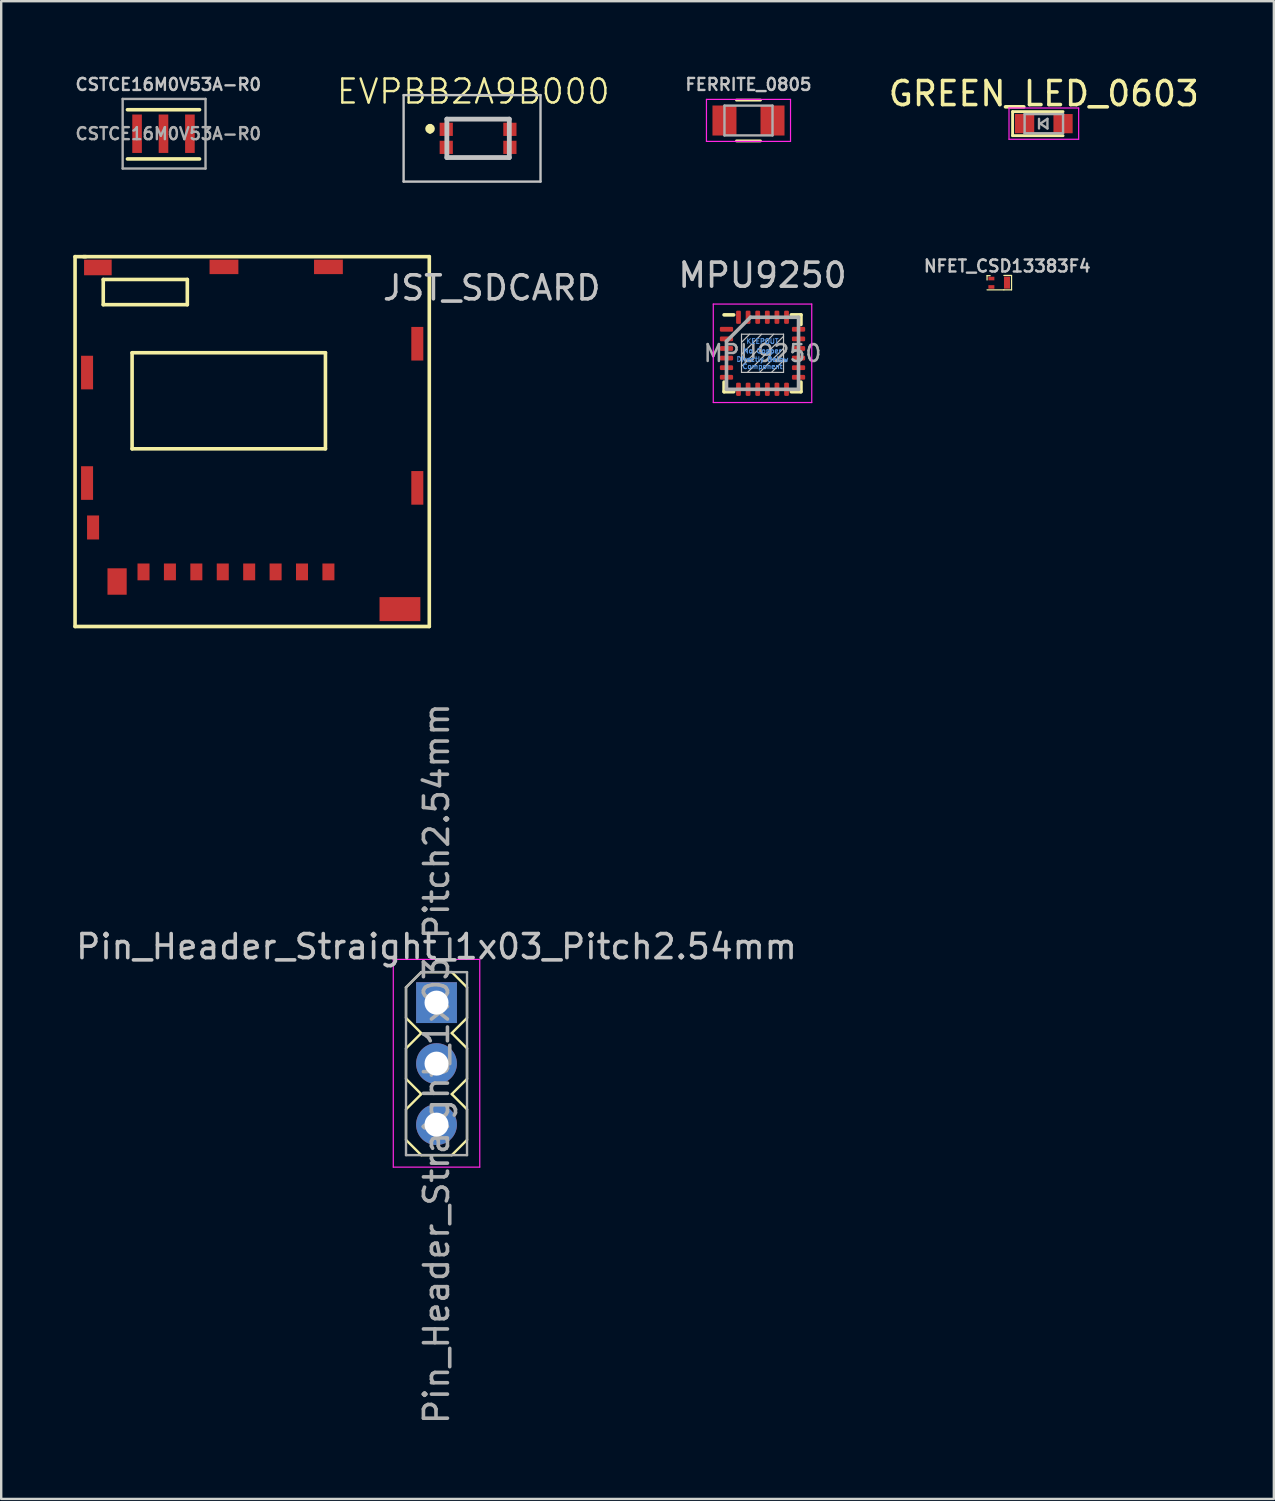
<source format=kicad_pcb>
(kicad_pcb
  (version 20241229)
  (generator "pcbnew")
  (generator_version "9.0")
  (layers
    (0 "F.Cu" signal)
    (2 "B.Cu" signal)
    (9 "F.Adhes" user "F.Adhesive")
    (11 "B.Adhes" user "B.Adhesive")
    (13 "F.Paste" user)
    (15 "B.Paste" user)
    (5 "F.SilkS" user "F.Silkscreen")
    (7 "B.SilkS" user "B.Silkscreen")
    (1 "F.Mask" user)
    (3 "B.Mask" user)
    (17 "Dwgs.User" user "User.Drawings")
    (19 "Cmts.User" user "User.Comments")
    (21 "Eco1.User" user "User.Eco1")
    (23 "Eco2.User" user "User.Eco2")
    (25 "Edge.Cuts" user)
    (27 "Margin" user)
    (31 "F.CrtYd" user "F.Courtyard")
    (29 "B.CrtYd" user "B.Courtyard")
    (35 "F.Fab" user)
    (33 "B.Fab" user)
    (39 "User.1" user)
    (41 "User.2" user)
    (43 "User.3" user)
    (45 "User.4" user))
  (footprint "JST_SDCARD"
    (layer "F.Cu")
    (at 6.975 14.672)
    (property "Reference" "JST_SDCARD" (at 10.449 -5.736 0) (layer "Dwgs.User") (effects (font (size 1 1) (thickness 0.15))))
    (attr through_hole)
    (fp_line (start -6.9 -7.036) (end -6.45 -7.036) (stroke (width 0.15) (type solid)) (layer "F.SilkS"))
    (fp_line (start -6.9 8.363) (end -6.9 -7.036) (stroke (width 0.15) (type solid)) (layer "F.SilkS"))
    (fp_line (start -6.55 -7.036) (end 7.849 -7.036) (stroke (width 0.15) (type solid)) (layer "F.SilkS"))
    (fp_line (start -5.726 -6.086) (end -2.226 -6.086) (stroke (width 0.15) (type solid)) (layer "F.SilkS"))
    (fp_line (start -5.726 -5.036) (end -5.726 -6.086) (stroke (width 0.15) (type solid)) (layer "F.SilkS"))
    (fp_line (start -4.525 -3.035) (end 3.525 -3.035) (stroke (width 0.15) (type solid)) (layer "F.SilkS"))
    (fp_line (start -4.525 0.965) (end -4.525 -3.035) (stroke (width 0.15) (type solid)) (layer "F.SilkS"))
    (fp_line (start -2.226 -6.086) (end -2.226 -5.036) (stroke (width 0.15) (type solid)) (layer "F.SilkS"))
    (fp_line (start -2.226 -5.036) (end -5.726 -5.036) (stroke (width 0.15) (type solid)) (layer "F.SilkS"))
    (fp_line (start 3.525 -3.035) (end 3.525 0.965) (stroke (width 0.15) (type solid)) (layer "F.SilkS"))
    (fp_line (start 3.525 0.965) (end -4.525 0.965) (stroke (width 0.15) (type solid)) (layer "F.SilkS"))
    (fp_line (start 7.849 -7.036) (end 7.849 8.363) (stroke (width 0.15) (type solid)) (layer "F.SilkS"))
    (fp_line (start 7.849 8.363) (end -6.9 8.363) (stroke (width 0.15) (type solid)) (layer "F.SilkS"))
    (pad "1" smd rect (at 3.649 6.09) (size 0.5 0.7) (layers "F.Cu" "F.Mask" "F.Paste"))
    (pad "2" smd rect (at 2.549 6.09) (size 0.5 0.7) (layers "F.Cu" "F.Mask" "F.Paste"))
    (pad "3" smd rect (at 1.45 6.09) (size 0.5 0.7) (layers "F.Cu" "F.Mask" "F.Paste"))
    (pad "4" smd rect (at 0.35 6.09) (size 0.5 0.7) (layers "F.Cu" "F.Mask" "F.Paste"))
    (pad "5" smd rect (at -0.75 6.09) (size 0.5 0.7) (layers "F.Cu" "F.Mask" "F.Paste"))
    (pad "6" smd rect (at -1.85 6.09) (size 0.5 0.7) (layers "F.Cu" "F.Mask" "F.Paste"))
    (pad "7" smd rect (at -2.95 6.09) (size 0.5 0.7) (layers "F.Cu" "F.Mask" "F.Paste"))
    (pad "8" smd rect (at -4.05 6.09) (size 0.5 0.7) (layers "F.Cu" "F.Mask" "F.Paste"))
    (pad "9" smd rect (at -5.15 6.49) (size 0.8 1.1) (layers "F.Cu" "F.Mask" "F.Paste"))
    (pad "10" smd rect (at -6.15 4.24) (size 0.5 1) (layers "F.Cu" "F.Mask" "F.Paste"))
    (pad "11" smd rect (at -6.4 2.39) (size 0.5 1.4) (layers "F.Cu" "F.Mask" "F.Paste"))
    (pad "12" smd rect (at -6.4 -2.21) (size 0.5 1.4) (layers "F.Cu" "F.Mask" "F.Paste"))
    (pad "13" smd rect (at -5.95 -6.586) (size 1.15 0.65) (layers "F.Cu" "F.Mask" "F.Paste"))
    (pad "14" smd rect (at -0.7 -6.609) (size 1.2 0.6) (layers "F.Cu" "F.Mask" "F.Paste"))
    (pad "15" smd rect (at 3.65 -6.609) (size 1.2 0.6) (layers "F.Cu" "F.Mask" "F.Paste"))
    (pad "16" smd rect (at 7.35 -3.41) (size 0.5 1.4) (layers "F.Cu" "F.Mask" "F.Paste"))
    (pad "17" smd rect (at 7.35 2.591) (size 0.5 1.4) (layers "F.Cu" "F.Mask" "F.Paste"))
    (pad "18" smd rect (at 6.627 7.639) (size 1.7 1) (layers "F.Cu" "F.Mask" "F.Paste")))
  (footprint "MPU9250"
    (layer "F.Cu")
    (at 28.698 11.659)
    (property "Reference" "MPU9250" (at 0 -3.25 0) (layer "Dwgs.User") (effects (font (size 1 1) (thickness 0.15))))
    (attr smd)
    (fp_line (start -1.6 -1.6) (end -1.2 -1.6) (stroke (width 0.15) (type solid)) (layer "F.SilkS"))
    (fp_line (start -1.6 1.6) (end -1.6 1.2) (stroke (width 0.15) (type solid)) (layer "F.SilkS"))
    (fp_line (start -1.6 1.6) (end -1.2 1.6) (stroke (width 0.15) (type solid)) (layer "F.SilkS"))
    (fp_line (start 1.6 -1.6) (end 1.2 -1.6) (stroke (width 0.15) (type solid)) (layer "F.SilkS"))
    (fp_line (start 1.6 -1.6) (end 1.6 -1.2) (stroke (width 0.15) (type solid)) (layer "F.SilkS"))
    (fp_line (start 1.6 1.6) (end 1.2 1.6) (stroke (width 0.15) (type solid)) (layer "F.SilkS"))
    (fp_line (start 1.6 1.6) (end 1.6 1.2) (stroke (width 0.15) (type solid)) (layer "F.SilkS"))
    (fp_line (start -0.875 -0.795) (end -0.875 0.795) (stroke (width 0.05) (type solid)) (layer "Dwgs.User"))
    (fp_line (start -0.875 -0.795) (end 0.875 -0.795) (stroke (width 0.05) (type solid)) (layer "Dwgs.User"))
    (fp_line (start -0.875 0.795) (end 0.875 0.795) (stroke (width 0.05) (type solid)) (layer "Dwgs.User"))
    (fp_line (start -0.535 -0.795) (end -0.875 -0.455) (stroke (width 0.05) (type solid)) (layer "Dwgs.User"))
    (fp_line (start -0.035 -0.795) (end -0.875 0.045) (stroke (width 0.05) (type solid)) (layer "Dwgs.User"))
    (fp_line (start 0.465 -0.795) (end -0.875 0.545) (stroke (width 0.05) (type solid)) (layer "Dwgs.User"))
    (fp_line (start 0.875 -0.795) (end 0.875 0.795) (stroke (width 0.05) (type solid)) (layer "Dwgs.User"))
    (fp_line (start 0.875 -0.705) (end -0.625 0.795) (stroke (width 0.05) (type solid)) (layer "Dwgs.User"))
    (fp_line (start 0.875 -0.205) (end -0.125 0.795) (stroke (width 0.05) (type solid)) (layer "Dwgs.User"))
    (fp_line (start 0.875 0.295) (end 0.375 0.795) (stroke (width 0.05) (type solid)) (layer "Dwgs.User"))
    (fp_line (start -2.05 -2.05) (end 2.05 -2.05) (stroke (width 0.05) (type solid)) (layer "F.CrtYd"))
    (fp_line (start -2.05 2.05) (end -2.05 -2.05) (stroke (width 0.05) (type solid)) (layer "F.CrtYd"))
    (fp_line (start 2.05 -2.05) (end 2.05 2.05) (stroke (width 0.05) (type solid)) (layer "F.CrtYd"))
    (fp_line (start 2.05 2.05) (end -2.05 2.05) (stroke (width 0.05) (type solid)) (layer "F.CrtYd"))
    (fp_line (start -1.5 -0.5) (end -0.5 -1.5) (stroke (width 0.15) (type solid)) (layer "F.Fab"))
    (fp_line (start -1.5 1.5) (end -1.5 -0.5) (stroke (width 0.15) (type solid)) (layer "F.Fab"))
    (fp_line (start -0.5 -1.5) (end 1.5 -1.5) (stroke (width 0.15) (type solid)) (layer "F.Fab"))
    (fp_line (start 1.5 -1.5) (end 1.5 1.5) (stroke (width 0.15) (type solid)) (layer "F.Fab"))
    (fp_line (start 1.5 1.5) (end -1.5 1.5) (stroke (width 0.15) (type solid)) (layer "F.Fab"))
    (fp_text user "Directly Below" (at 0 0.25 0) (layer "Cmts.User") (effects (font (size 0.2 0.2) (thickness 0.04))))
    (fp_text user "KEEPOUT" (at 0 -0.5 0) (layer "Cmts.User") (effects (font (size 0.2 0.2) (thickness 0.04))))
    (fp_text user "Component" (at 0 0.55 0) (layer "Cmts.User") (effects (font (size 0.2 0.2) (thickness 0.04))))
    (fp_text user "No Copper" (at 0 -0.1 0) (layer "Cmts.User") (effects (font (size 0.2 0.2) (thickness 0.04))))
    (fp_text user "${REFERENCE}" (at 0 0 0) (layer "F.Fab") (effects (font (size 0.7 0.7) (thickness 0.105))))
    (pad "1" smd roundrect (at -1.5 -1) (size 0.55 0.2) (layers "F.Cu" "F.Mask" "F.Paste") (roundrect_rratio 0.25))
    (pad "2" smd roundrect (at -1.5 -0.6) (size 0.55 0.2) (layers "F.Cu" "F.Mask" "F.Paste") (roundrect_rratio 0.25))
    (pad "3" smd roundrect (at -1.5 -0.2) (size 0.55 0.2) (layers "F.Cu" "F.Mask" "F.Paste") (roundrect_rratio 0.25))
    (pad "4" smd roundrect (at -1.5 0.2) (size 0.55 0.2) (layers "F.Cu" "F.Mask" "F.Paste") (roundrect_rratio 0.25))
    (pad "5" smd roundrect (at -1.5 0.6) (size 0.55 0.2) (layers "F.Cu" "F.Mask" "F.Paste") (roundrect_rratio 0.25))
    (pad "6" smd roundrect (at -1.5 1) (size 0.55 0.2) (layers "F.Cu" "F.Mask" "F.Paste") (roundrect_rratio 0.25))
    (pad "7" smd roundrect (at -1 1.5 90) (size 0.55 0.2) (layers "F.Cu" "F.Mask" "F.Paste") (roundrect_rratio 0.25))
    (pad "8" smd roundrect (at -0.6 1.5 90) (size 0.55 0.2) (layers "F.Cu" "F.Mask" "F.Paste") (roundrect_rratio 0.25))
    (pad "9" smd roundrect (at -0.2 1.5 90) (size 0.55 0.2) (layers "F.Cu" "F.Mask" "F.Paste") (roundrect_rratio 0.25))
    (pad "10" smd roundrect (at 0.2 1.5 90) (size 0.55 0.2) (layers "F.Cu" "F.Mask" "F.Paste") (roundrect_rratio 0.25))
    (pad "11" smd roundrect (at 0.6 1.5 90) (size 0.55 0.2) (layers "F.Cu" "F.Mask" "F.Paste") (roundrect_rratio 0.25))
    (pad "12" smd roundrect (at 1 1.5 90) (size 0.55 0.2) (layers "F.Cu" "F.Mask" "F.Paste") (roundrect_rratio 0.25))
    (pad "13" smd roundrect (at 1.5 1) (size 0.55 0.2) (layers "F.Cu" "F.Mask" "F.Paste") (roundrect_rratio 0.25))
    (pad "14" smd roundrect (at 1.5 0.6) (size 0.55 0.2) (layers "F.Cu" "F.Mask" "F.Paste") (roundrect_rratio 0.25))
    (pad "15" smd roundrect (at 1.5 0.2) (size 0.55 0.2) (layers "F.Cu" "F.Mask" "F.Paste") (roundrect_rratio 0.25))
    (pad "16" smd roundrect (at 1.5 -0.2) (size 0.55 0.2) (layers "F.Cu" "F.Mask" "F.Paste") (roundrect_rratio 0.25))
    (pad "17" smd roundrect (at 1.5 -0.6) (size 0.55 0.2) (layers "F.Cu" "F.Mask" "F.Paste") (roundrect_rratio 0.25))
    (pad "18" smd roundrect (at 1.5 -1) (size 0.55 0.2) (layers "F.Cu" "F.Mask" "F.Paste") (roundrect_rratio 0.25))
    (pad "19" smd roundrect (at 1 -1.5 90) (size 0.55 0.2) (layers "F.Cu" "F.Mask" "F.Paste") (roundrect_rratio 0.25))
    (pad "20" smd roundrect (at 0.6 -1.5 90) (size 0.55 0.2) (layers "F.Cu" "F.Mask" "F.Paste") (roundrect_rratio 0.25))
    (pad "21" smd roundrect (at 0.2 -1.5 90) (size 0.55 0.2) (layers "F.Cu" "F.Mask" "F.Paste") (roundrect_rratio 0.25))
    (pad "22" smd roundrect (at -0.2 -1.5 90) (size 0.55 0.2) (layers "F.Cu" "F.Mask" "F.Paste") (roundrect_rratio 0.25))
    (pad "23" smd roundrect (at -0.6 -1.5 90) (size 0.55 0.2) (layers "F.Cu" "F.Mask" "F.Paste") (roundrect_rratio 0.25))
    (pad "24" smd roundrect (at -1 -1.5 90) (size 0.55 0.2) (layers "F.Cu" "F.Mask" "F.Paste") (roundrect_rratio 0.25)))
  (footprint "CSTCE16M0V53A-R0"
    (layer "F.Cu")
    (at 5.507 2.518)
    (property "Reference" "CSTCE16M0V53A-R0" (at -1.55 -2.05 0) (layer "Dwgs.User") (effects (font (size 0.5 0.5) (thickness 0.1))))
    (attr smd)
    (fp_line (start -3.25 -1) (end -0.25 -1) (stroke (width 0.15) (type solid)) (layer "F.SilkS"))
    (fp_line (start -3.25 1.05) (end -0.25 1.05) (stroke (width 0.15) (type solid)) (layer "F.SilkS"))
    (fp_line (start -3.45 -1.45) (end -3.45 1.45) (stroke (width 0.1) (type solid)) (layer "F.Fab"))
    (fp_line (start -3.45 1.45) (end 0 1.45) (stroke (width 0.1) (type solid)) (layer "F.Fab"))
    (fp_line (start 0 -1.45) (end -3.45 -1.45) (stroke (width 0.1) (type solid)) (layer "F.Fab"))
    (fp_line (start 0 1.45) (end 0 -1.45) (stroke (width 0.1) (type solid)) (layer "F.Fab"))
    (fp_text user "${REFERENCE}" (at -1.55 0 0) (layer "F.Fab") (effects (font (size 0.5 0.5) (thickness 0.1))))
    (pad "1" smd rect (at -2.85 0) (size 0.4 1.6) (layers "F.Cu" "F.Mask" "F.Paste"))
    (pad "2" smd rect (at -1.75 0) (size 0.4 1.6) (layers "F.Cu" "F.Mask" "F.Paste"))
    (pad "3" smd rect (at -0.65 0) (size 0.4 1.6) (layers "F.Cu" "F.Mask" "F.Paste")))
  (footprint "GREEN_LED_0603"
    (layer "F.Cu")
    (at 40.411 2.098)
    (property "Reference" "GREEN_LED_0603" (at 0 -1.25 0) (layer "F.SilkS") (effects (font (size 1 1) (thickness 0.15))))
    (attr smd)
    (fp_line (start -1.3 -0.5) (end -1.3 0.5) (stroke (width 0.12) (type solid)) (layer "F.SilkS"))
    (fp_line (start -1.3 -0.5) (end 0.8 -0.5) (stroke (width 0.12) (type solid)) (layer "F.SilkS"))
    (fp_line (start -1.3 0.5) (end 0.8 0.5) (stroke (width 0.12) (type solid)) (layer "F.SilkS"))
    (fp_line (start -1.45 -0.65) (end 1.45 -0.65) (stroke (width 0.05) (type solid)) (layer "F.CrtYd"))
    (fp_line (start -1.45 0.65) (end -1.45 -0.65) (stroke (width 0.05) (type solid)) (layer "F.CrtYd"))
    (fp_line (start 1.45 -0.65) (end 1.45 0.65) (stroke (width 0.05) (type solid)) (layer "F.CrtYd"))
    (fp_line (start 1.45 0.65) (end -1.45 0.65) (stroke (width 0.05) (type solid)) (layer "F.CrtYd"))
    (fp_line (start -0.8 -0.4) (end 0.8 -0.4) (stroke (width 0.1) (type solid)) (layer "F.Fab"))
    (fp_line (start -0.8 0.4) (end -0.8 -0.4) (stroke (width 0.1) (type solid)) (layer "F.Fab"))
    (fp_line (start -0.2 -0.2) (end -0.2 0.2) (stroke (width 0.1) (type solid)) (layer "F.Fab"))
    (fp_line (start -0.15 0) (end 0.15 -0.2) (stroke (width 0.1) (type solid)) (layer "F.Fab"))
    (fp_line (start 0.15 -0.2) (end 0.15 0.2) (stroke (width 0.1) (type solid)) (layer "F.Fab"))
    (fp_line (start 0.15 0.2) (end -0.15 0) (stroke (width 0.1) (type solid)) (layer "F.Fab"))
    (fp_line (start 0.8 -0.4) (end 0.8 0.4) (stroke (width 0.1) (type solid)) (layer "F.Fab"))
    (fp_line (start 0.8 0.4) (end -0.8 0.4) (stroke (width 0.1) (type solid)) (layer "F.Fab"))
    (pad "1" smd rect (at -0.8 0 180) (size 0.8 0.8) (layers "F.Cu" "F.Mask" "F.Paste"))
    (pad "2" smd rect (at 0.8 0 180) (size 0.8 0.8) (layers "F.Cu" "F.Mask" "F.Paste")))
  (footprint "FERRITE_0805"
    (layer "F.Cu")
    (at 28.114 1.968)
    (property "Reference" "FERRITE_0805" (at 0 -1.5 0) (layer "Dwgs.User") (effects (font (size 0.5 0.5) (thickness 0.1))))
    (attr smd)
    (fp_line (start -0.5 0.85) (end 0.5 0.85) (stroke (width 0.12) (type solid)) (layer "F.SilkS"))
    (fp_line (start 0.5 -0.85) (end -0.5 -0.85) (stroke (width 0.12) (type solid)) (layer "F.SilkS"))
    (fp_line (start -1.75 -0.88) (end -1.75 0.87) (stroke (width 0.05) (type solid)) (layer "F.CrtYd"))
    (fp_line (start -1.75 -0.88) (end 1.75 -0.88) (stroke (width 0.05) (type solid)) (layer "F.CrtYd"))
    (fp_line (start 1.75 0.87) (end -1.75 0.87) (stroke (width 0.05) (type solid)) (layer "F.CrtYd"))
    (fp_line (start 1.75 0.87) (end 1.75 -0.88) (stroke (width 0.05) (type solid)) (layer "F.CrtYd"))
    (fp_line (start -1 -0.62) (end 1 -0.62) (stroke (width 0.1) (type solid)) (layer "F.Fab"))
    (fp_line (start -1 0.62) (end -1 -0.62) (stroke (width 0.1) (type solid)) (layer "F.Fab"))
    (fp_line (start 1 -0.62) (end 1 0.62) (stroke (width 0.1) (type solid)) (layer "F.Fab"))
    (fp_line (start 1 0.62) (end -1 0.62) (stroke (width 0.1) (type solid)) (layer "F.Fab"))
    (pad "1" smd rect (at -1 0) (size 1 1.25) (layers "F.Cu" "F.Mask" "F.Paste"))
    (pad "2" smd rect (at 1 0) (size 1 1.25) (layers "F.Cu" "F.Mask" "F.Paste")))
  (footprint "NFET_CSD13383F4"
    (layer "F.Cu")
    (at 38.327 8.748)
    (property "Reference" "NFET_CSD13383F4" (at 0.56 -0.72 0) (layer "Dwgs.User") (effects (font (size 0.5 0.5) (thickness 0.1))))
    (attr through_hole)
    (fp_line (start -0.28 -0.32) (end -0.28 -0.14) (stroke (width 0.05) (type solid)) (layer "F.SilkS"))
    (fp_line (start -0.28 0.27) (end 0.42 0.27) (stroke (width 0.05) (type solid)) (layer "F.SilkS"))
    (fp_line (start -0.15 -0.32) (end -0.28 -0.32) (stroke (width 0.05) (type solid)) (layer "F.SilkS"))
    (fp_line (start 0.42 -0.33) (end 0.74 -0.33) (stroke (width 0.05) (type solid)) (layer "F.SilkS"))
    (fp_line (start 0.74 -0.32) (end 0.74 0.27) (stroke (width 0.05) (type solid)) (layer "F.SilkS"))
    (fp_line (start 0.74 0.27) (end 0.42 0.27) (stroke (width 0.05) (type solid)) (layer "F.SilkS"))
    (pad "1" smd rect (at -0.1 -0.2) (size 0.25 0.15) (layers "F.Cu" "F.Mask" "F.Paste"))
    (pad "2" smd rect (at -0.1 0.15 180) (size 0.25 0.15) (layers "F.Cu" "F.Mask" "F.Paste"))
    (pad "3" smd rect (at 0.55 -0.03) (size 0.25 0.5) (layers "F.Cu" "F.Mask" "F.Paste")))
  (footprint "Pin_Header_Straight_1x03_Pitch2.54mm"
    (layer "F.Cu")
    (at 15.125 38.695)
    (property "Reference" "Pin_Header_Straight_1x03_Pitch2.54mm" (at 0 -2.33 0) (layer "Dwgs.User") (effects (font (size 1 1) (thickness 0.15))))
    (attr through_hole)
    (fp_line (start -1.27 -0.635) (end -1.27 0.635) (stroke (width 0.1) (type solid)) (layer "F.SilkS"))
    (fp_line (start -1.27 0.635) (end -0.635 1.27) (stroke (width 0.1) (type solid)) (layer "F.SilkS"))
    (fp_line (start -1.27 1.905) (end -0.635 1.27) (stroke (width 0.1) (type solid)) (layer "F.SilkS"))
    (fp_line (start -1.27 3.175) (end -1.27 1.905) (stroke (width 0.1) (type solid)) (layer "F.SilkS"))
    (fp_line (start -1.27 4.445) (end -0.635 3.81) (stroke (width 0.1) (type solid)) (layer "F.SilkS"))
    (fp_line (start -1.27 5.715) (end -1.27 4.445) (stroke (width 0.1) (type solid)) (layer "F.SilkS"))
    (fp_line (start -0.635 -1.27) (end -1.27 -0.635) (stroke (width 0.1) (type solid)) (layer "F.SilkS"))
    (fp_line (start -0.635 3.81) (end -1.27 3.175) (stroke (width 0.1) (type solid)) (layer "F.SilkS"))
    (fp_line (start -0.635 6.35) (end -1.27 5.715) (stroke (width 0.1) (type solid)) (layer "F.SilkS"))
    (fp_line (start 0.635 -1.27) (end -0.635 -1.27) (stroke (width 0.1) (type solid)) (layer "F.SilkS"))
    (fp_line (start 0.635 1.27) (end 1.27 0.635) (stroke (width 0.1) (type solid)) (layer "F.SilkS"))
    (fp_line (start 0.635 1.27) (end 1.27 1.905) (stroke (width 0.1) (type solid)) (layer "F.SilkS"))
    (fp_line (start 0.635 3.81) (end 1.27 4.445) (stroke (width 0.1) (type solid)) (layer "F.SilkS"))
    (fp_line (start 0.635 6.35) (end -0.635 6.35) (stroke (width 0.1) (type solid)) (layer "F.SilkS"))
    (fp_line (start 1.27 -0.635) (end 0.635 -1.27) (stroke (width 0.1) (type solid)) (layer "F.SilkS"))
    (fp_line (start 1.27 0.635) (end 1.27 -0.635) (stroke (width 0.1) (type solid)) (layer "F.SilkS"))
    (fp_line (start 1.27 1.905) (end 1.27 3.175) (stroke (width 0.1) (type solid)) (layer "F.SilkS"))
    (fp_line (start 1.27 3.175) (end 0.635 3.81) (stroke (width 0.1) (type solid)) (layer "F.SilkS"))
    (fp_line (start 1.27 4.445) (end 1.27 5.715) (stroke (width 0.1) (type solid)) (layer "F.SilkS"))
    (fp_line (start 1.27 5.715) (end 0.635 6.35) (stroke (width 0.1) (type solid)) (layer "F.SilkS"))
    (fp_line (start -1.8 -1.8) (end -1.8 6.85) (stroke (width 0.05) (type solid)) (layer "F.CrtYd"))
    (fp_line (start -1.8 6.85) (end 1.8 6.85) (stroke (width 0.05) (type solid)) (layer "F.CrtYd"))
    (fp_line (start 1.8 -1.8) (end -1.8 -1.8) (stroke (width 0.05) (type solid)) (layer "F.CrtYd"))
    (fp_line (start 1.8 6.85) (end 1.8 -1.8) (stroke (width 0.05) (type solid)) (layer "F.CrtYd"))
    (fp_line (start -1.27 -0.635) (end -0.635 -1.27) (stroke (width 0.1) (type solid)) (layer "F.Fab"))
    (fp_line (start -1.27 6.35) (end -1.27 -0.635) (stroke (width 0.1) (type solid)) (layer "F.Fab"))
    (fp_line (start -0.635 -1.27) (end 1.27 -1.27) (stroke (width 0.1) (type solid)) (layer "F.Fab"))
    (fp_line (start 1.27 -1.27) (end 1.27 6.35) (stroke (width 0.1) (type solid)) (layer "F.Fab"))
    (fp_line (start 1.27 6.35) (end -1.27 6.35) (stroke (width 0.1) (type solid)) (layer "F.Fab"))
    (fp_text user "${REFERENCE}" (at 0 2.54 90) (layer "F.Fab") (effects (font (size 1 1) (thickness 0.15))))
    (pad "1" thru_hole rect (at 0 0) (size 1.7 1.7) (drill 1) (layers "*.Cu" "*.Mask"))
    (pad "2" thru_hole oval (at 0 2.54) (size 1.7 1.7) (drill 1) (layers "*.Cu" "*.Mask"))
    (pad "3" thru_hole oval (at 0 5.08) (size 1.7 1.7) (drill 1) (layers "*.Cu" "*.Mask")))
  (footprint "EVPBB2A9B000"
    (layer "F.Cu")
    (at 16.605 2.71)
    (property "Reference" "EVPBB2A9B000" (at 0.05 -1.95 0) (layer "F.SilkS") (effects (font (size 1 1) (thickness 0.1))))
    (attr smd)
    (fp_line (start -1.75 -0.5) (end -1.75 -0.5) (stroke (width 0.2) (type solid)) (layer "F.SilkS"))
    (fp_line (start -1.75 -0.3) (end -1.75 -0.3) (stroke (width 0.2) (type solid)) (layer "F.SilkS"))
    (fp_line (start -1.075 0.8) (end 1.575 0.8) (stroke (width 0.1) (type solid)) (layer "F.SilkS"))
    (fp_line (start -1.05 -0.8) (end 1.55 -0.8) (stroke (width 0.1) (type solid)) (layer "F.SilkS"))
    (fp_arc (start -1.75 -0.5) (mid -1.65 -0.4) (end -1.75 -0.3) (stroke (width 0.2) (type solid)) (layer "F.SilkS"))
    (fp_arc (start -1.75 -0.3) (mid -1.85 -0.4) (end -1.75 -0.5) (stroke (width 0.2) (type solid)) (layer "F.SilkS"))
    (fp_line (start -2.85 -1.8) (end 2.85 -1.8) (stroke (width 0.1) (type solid)) (layer "Dwgs.User"))
    (fp_line (start -2.85 1.8) (end -2.85 -1.8) (stroke (width 0.1) (type solid)) (layer "Dwgs.User"))
    (fp_line (start -1.05 -0.8) (end 1.55 -0.8) (stroke (width 0.2) (type solid)) (layer "Dwgs.User"))
    (fp_line (start -1.05 0.8) (end -1.05 -0.8) (stroke (width 0.2) (type solid)) (layer "Dwgs.User"))
    (fp_line (start 1.55 -0.8) (end 1.55 0.8) (stroke (width 0.2) (type solid)) (layer "Dwgs.User"))
    (fp_line (start 1.55 0.8) (end -1.05 0.8) (stroke (width 0.2) (type solid)) (layer "Dwgs.User"))
    (fp_line (start 2.85 -1.8) (end 2.85 1.8) (stroke (width 0.1) (type solid)) (layer "Dwgs.User"))
    (fp_line (start 2.85 1.8) (end -2.85 1.8) (stroke (width 0.1) (type solid)) (layer "Dwgs.User"))
    (pad "1" smd rect (at -1.075 -0.375 90) (size 0.55 0.55) (layers "F.Cu" "F.Mask" "F.Paste"))
    (pad "2" smd rect (at 1.575 -0.375 90) (size 0.55 0.55) (layers "F.Cu" "F.Mask" "F.Paste"))
    (pad "3" smd rect (at -1.075 0.375 90) (size 0.55 0.55) (layers "F.Cu" "F.Mask" "F.Paste"))
    (pad "4" smd rect (at 1.575 0.375 90) (size 0.55 0.55) (layers "F.Cu" "F.Mask" "F.Paste")))
  (gr_rect
    (start -3 -3)
    (end 49.988 59.36)
    (stroke (width 0.1) (type default))
    (fill no)
    (layer "Edge.Cuts")))
</source>
